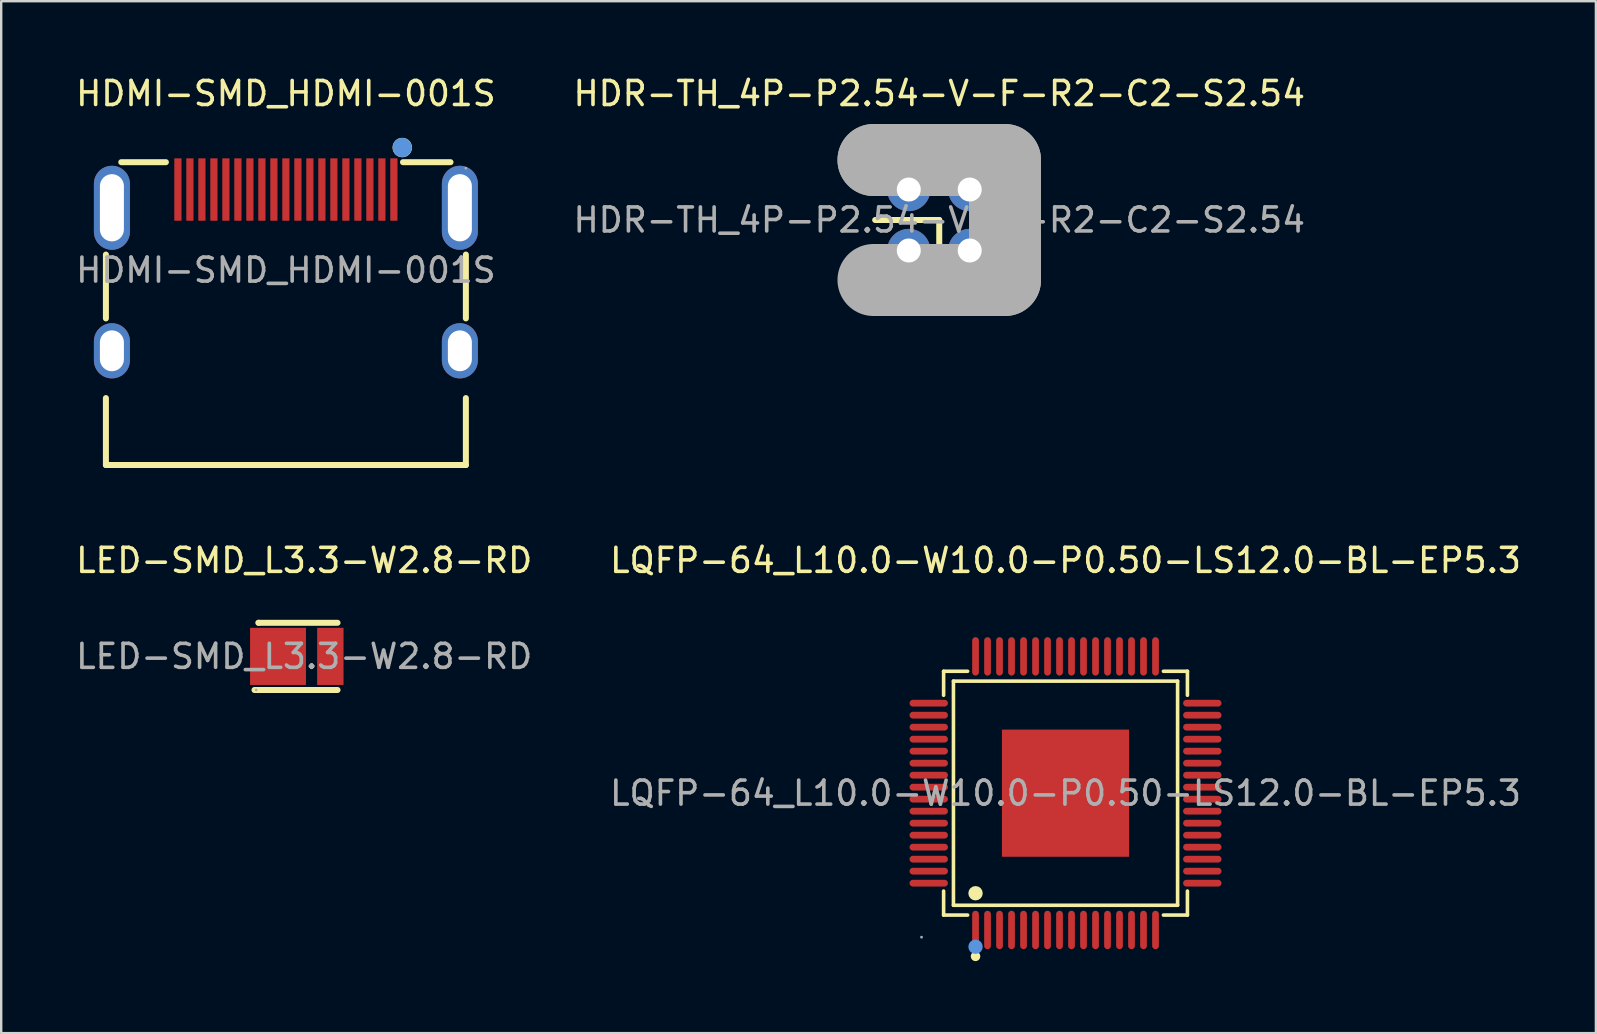
<source format=kicad_pcb>
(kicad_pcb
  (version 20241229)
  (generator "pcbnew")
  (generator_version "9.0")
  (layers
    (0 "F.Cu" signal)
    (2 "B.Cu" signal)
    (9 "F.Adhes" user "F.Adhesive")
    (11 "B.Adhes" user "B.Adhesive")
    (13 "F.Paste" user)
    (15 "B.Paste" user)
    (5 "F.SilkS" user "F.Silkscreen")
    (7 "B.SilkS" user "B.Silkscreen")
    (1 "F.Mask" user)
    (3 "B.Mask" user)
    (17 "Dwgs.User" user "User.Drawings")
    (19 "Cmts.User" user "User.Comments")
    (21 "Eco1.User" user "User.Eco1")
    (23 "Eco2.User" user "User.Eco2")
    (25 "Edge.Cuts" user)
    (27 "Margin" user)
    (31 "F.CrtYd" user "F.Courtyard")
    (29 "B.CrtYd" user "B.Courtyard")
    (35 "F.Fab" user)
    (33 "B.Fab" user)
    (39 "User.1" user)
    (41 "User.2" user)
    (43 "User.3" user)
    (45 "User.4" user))
  (footprint "LQFP-64_L10.0-W10.0-P0.50-LS12.0-BL-EP5.3"
    (layer "F.Cu")
    (at 41.351 30.002)
    (property "Reference" "LQFP-64_L10.0-W10.0-P0.50-LS12.0-BL-EP5.3" (at 0 -9.7 0) (layer "F.SilkS") (effects (font (size 1 1) (thickness 0.15))))
    (attr smd)
    (fp_line (start -5.08 -5.08) (end -4.08 -5.08) (stroke (width 0.15) (type solid)) (layer "F.SilkS"))
    (fp_line (start -5.08 -4.08) (end -5.08 -5.08) (stroke (width 0.15) (type solid)) (layer "F.SilkS"))
    (fp_line (start -5.08 4.08) (end -5.08 5.08) (stroke (width 0.15) (type solid)) (layer "F.SilkS"))
    (fp_line (start -5.08 5.08) (end -4.08 5.08) (stroke (width 0.15) (type solid)) (layer "F.SilkS"))
    (fp_line (start -4.67 -4.67) (end 4.67 -4.67) (stroke (width 0.15) (type solid)) (layer "F.SilkS"))
    (fp_line (start -4.67 4.67) (end -4.67 -4.67) (stroke (width 0.15) (type solid)) (layer "F.SilkS"))
    (fp_line (start 4.67 -4.67) (end 4.67 4.67) (stroke (width 0.15) (type solid)) (layer "F.SilkS"))
    (fp_line (start 4.67 4.67) (end -4.67 4.67) (stroke (width 0.15) (type solid)) (layer "F.SilkS"))
    (fp_line (start 5.08 -5.08) (end 4.08 -5.08) (stroke (width 0.15) (type solid)) (layer "F.SilkS"))
    (fp_line (start 5.08 -4.08) (end 5.08 -5.08) (stroke (width 0.15) (type solid)) (layer "F.SilkS"))
    (fp_line (start 5.08 4.08) (end 5.08 5.08) (stroke (width 0.15) (type solid)) (layer "F.SilkS"))
    (fp_line (start 5.08 5.08) (end 4.08 5.08) (stroke (width 0.15) (type solid)) (layer "F.SilkS"))
    (fp_circle (center -3.75 4.17) (end -3.6 4.17) (stroke (width 0.3) (type solid)) (fill no) (layer "F.SilkS"))
    (fp_circle (center -3.75 6.8) (end -3.65 6.8) (stroke (width 0.2) (type solid)) (fill no) (layer "F.SilkS"))
    (fp_circle (center -3.75 6.4) (end -3.6 6.4) (stroke (width 0.3) (type solid)) (fill no) (layer "Cmts.User"))
    (fp_circle (center -6 6) (end -5.97 6) (stroke (width 0.06) (type solid)) (fill no) (layer "F.Fab"))
    (fp_text user "${REFERENCE}" (at 0 0 0) (layer "F.Fab") (effects (font (size 1 1) (thickness 0.15))))
    (pad "1" smd oval (at -3.75 5.7) (size 0.28 1.6) (layers "F.Cu" "F.Mask" "F.Paste"))
    (pad "2" smd oval (at -3.25 5.7) (size 0.28 1.6) (layers "F.Cu" "F.Mask" "F.Paste"))
    (pad "3" smd oval (at -2.75 5.7) (size 0.28 1.6) (layers "F.Cu" "F.Mask" "F.Paste"))
    (pad "4" smd oval (at -2.25 5.7) (size 0.28 1.6) (layers "F.Cu" "F.Mask" "F.Paste"))
    (pad "5" smd oval (at -1.75 5.7) (size 0.28 1.6) (layers "F.Cu" "F.Mask" "F.Paste"))
    (pad "6" smd oval (at -1.25 5.7) (size 0.28 1.6) (layers "F.Cu" "F.Mask" "F.Paste"))
    (pad "7" smd oval (at -0.75 5.7) (size 0.28 1.6) (layers "F.Cu" "F.Mask" "F.Paste"))
    (pad "8" smd oval (at -0.25 5.7) (size 0.28 1.6) (layers "F.Cu" "F.Mask" "F.Paste"))
    (pad "9" smd oval (at 0.25 5.7) (size 0.28 1.6) (layers "F.Cu" "F.Mask" "F.Paste"))
    (pad "10" smd oval (at 0.75 5.7) (size 0.28 1.6) (layers "F.Cu" "F.Mask" "F.Paste"))
    (pad "11" smd oval (at 1.25 5.7) (size 0.28 1.6) (layers "F.Cu" "F.Mask" "F.Paste"))
    (pad "12" smd oval (at 1.75 5.7) (size 0.28 1.6) (layers "F.Cu" "F.Mask" "F.Paste"))
    (pad "13" smd oval (at 2.25 5.7) (size 0.28 1.6) (layers "F.Cu" "F.Mask" "F.Paste"))
    (pad "14" smd oval (at 2.75 5.7) (size 0.28 1.6) (layers "F.Cu" "F.Mask" "F.Paste"))
    (pad "15" smd oval (at 3.25 5.7) (size 0.28 1.6) (layers "F.Cu" "F.Mask" "F.Paste"))
    (pad "16" smd oval (at 3.75 5.7) (size 0.28 1.6) (layers "F.Cu" "F.Mask" "F.Paste"))
    (pad "17" smd oval (at 5.7 3.75) (size 1.6 0.28) (layers "F.Cu" "F.Mask" "F.Paste"))
    (pad "18" smd oval (at 5.7 3.25) (size 1.6 0.28) (layers "F.Cu" "F.Mask" "F.Paste"))
    (pad "19" smd oval (at 5.7 2.75) (size 1.6 0.28) (layers "F.Cu" "F.Mask" "F.Paste"))
    (pad "20" smd oval (at 5.7 2.25) (size 1.6 0.28) (layers "F.Cu" "F.Mask" "F.Paste"))
    (pad "21" smd oval (at 5.7 1.75) (size 1.6 0.28) (layers "F.Cu" "F.Mask" "F.Paste"))
    (pad "22" smd oval (at 5.7 1.25) (size 1.6 0.28) (layers "F.Cu" "F.Mask" "F.Paste"))
    (pad "23" smd oval (at 5.7 0.75) (size 1.6 0.28) (layers "F.Cu" "F.Mask" "F.Paste"))
    (pad "24" smd oval (at 5.7 0.25) (size 1.6 0.28) (layers "F.Cu" "F.Mask" "F.Paste"))
    (pad "25" smd oval (at 5.7 -0.25) (size 1.6 0.28) (layers "F.Cu" "F.Mask" "F.Paste"))
    (pad "26" smd oval (at 5.7 -0.75) (size 1.6 0.28) (layers "F.Cu" "F.Mask" "F.Paste"))
    (pad "27" smd oval (at 5.7 -1.25) (size 1.6 0.28) (layers "F.Cu" "F.Mask" "F.Paste"))
    (pad "28" smd oval (at 5.7 -1.75) (size 1.6 0.28) (layers "F.Cu" "F.Mask" "F.Paste"))
    (pad "29" smd oval (at 5.7 -2.25) (size 1.6 0.28) (layers "F.Cu" "F.Mask" "F.Paste"))
    (pad "30" smd oval (at 5.7 -2.75) (size 1.6 0.28) (layers "F.Cu" "F.Mask" "F.Paste"))
    (pad "31" smd oval (at 5.7 -3.25) (size 1.6 0.28) (layers "F.Cu" "F.Mask" "F.Paste"))
    (pad "32" smd oval (at 5.7 -3.75) (size 1.6 0.28) (layers "F.Cu" "F.Mask" "F.Paste"))
    (pad "33" smd oval (at 3.75 -5.7) (size 0.28 1.6) (layers "F.Cu" "F.Mask" "F.Paste"))
    (pad "34" smd oval (at 3.25 -5.7) (size 0.28 1.6) (layers "F.Cu" "F.Mask" "F.Paste"))
    (pad "35" smd oval (at 2.75 -5.7) (size 0.28 1.6) (layers "F.Cu" "F.Mask" "F.Paste"))
    (pad "36" smd oval (at 2.25 -5.7) (size 0.28 1.6) (layers "F.Cu" "F.Mask" "F.Paste"))
    (pad "37" smd oval (at 1.75 -5.7) (size 0.28 1.6) (layers "F.Cu" "F.Mask" "F.Paste"))
    (pad "38" smd oval (at 1.25 -5.7) (size 0.28 1.6) (layers "F.Cu" "F.Mask" "F.Paste"))
    (pad "39" smd oval (at 0.75 -5.7) (size 0.28 1.6) (layers "F.Cu" "F.Mask" "F.Paste"))
    (pad "40" smd oval (at 0.25 -5.7) (size 0.28 1.6) (layers "F.Cu" "F.Mask" "F.Paste"))
    (pad "41" smd oval (at -0.25 -5.7) (size 0.28 1.6) (layers "F.Cu" "F.Mask" "F.Paste"))
    (pad "42" smd oval (at -0.75 -5.7) (size 0.28 1.6) (layers "F.Cu" "F.Mask" "F.Paste"))
    (pad "43" smd oval (at -1.25 -5.7) (size 0.28 1.6) (layers "F.Cu" "F.Mask" "F.Paste"))
    (pad "44" smd oval (at -1.75 -5.7) (size 0.28 1.6) (layers "F.Cu" "F.Mask" "F.Paste"))
    (pad "45" smd oval (at -2.25 -5.7) (size 0.28 1.6) (layers "F.Cu" "F.Mask" "F.Paste"))
    (pad "46" smd oval (at -2.75 -5.7) (size 0.28 1.6) (layers "F.Cu" "F.Mask" "F.Paste"))
    (pad "47" smd oval (at -3.25 -5.7) (size 0.28 1.6) (layers "F.Cu" "F.Mask" "F.Paste"))
    (pad "48" smd oval (at -3.75 -5.7) (size 0.28 1.6) (layers "F.Cu" "F.Mask" "F.Paste"))
    (pad "49" smd oval (at -5.7 -3.75) (size 1.6 0.28) (layers "F.Cu" "F.Mask" "F.Paste"))
    (pad "50" smd oval (at -5.7 -3.25) (size 1.6 0.28) (layers "F.Cu" "F.Mask" "F.Paste"))
    (pad "51" smd oval (at -5.7 -2.75) (size 1.6 0.28) (layers "F.Cu" "F.Mask" "F.Paste"))
    (pad "52" smd oval (at -5.7 -2.25) (size 1.6 0.28) (layers "F.Cu" "F.Mask" "F.Paste"))
    (pad "53" smd oval (at -5.7 -1.75) (size 1.6 0.28) (layers "F.Cu" "F.Mask" "F.Paste"))
    (pad "54" smd oval (at -5.7 -1.25) (size 1.6 0.28) (layers "F.Cu" "F.Mask" "F.Paste"))
    (pad "55" smd oval (at -5.7 -0.75) (size 1.6 0.28) (layers "F.Cu" "F.Mask" "F.Paste"))
    (pad "56" smd oval (at -5.7 -0.25) (size 1.6 0.28) (layers "F.Cu" "F.Mask" "F.Paste"))
    (pad "57" smd oval (at -5.7 0.25) (size 1.6 0.28) (layers "F.Cu" "F.Mask" "F.Paste"))
    (pad "58" smd oval (at -5.7 0.75) (size 1.6 0.28) (layers "F.Cu" "F.Mask" "F.Paste"))
    (pad "59" smd oval (at -5.7 1.25) (size 1.6 0.28) (layers "F.Cu" "F.Mask" "F.Paste"))
    (pad "60" smd oval (at -5.7 1.75) (size 1.6 0.28) (layers "F.Cu" "F.Mask" "F.Paste"))
    (pad "61" smd oval (at -5.7 2.25) (size 1.6 0.28) (layers "F.Cu" "F.Mask" "F.Paste"))
    (pad "62" smd oval (at -5.7 2.75) (size 1.6 0.28) (layers "F.Cu" "F.Mask" "F.Paste"))
    (pad "63" smd oval (at -5.7 3.25) (size 1.6 0.28) (layers "F.Cu" "F.Mask" "F.Paste"))
    (pad "64" smd oval (at -5.7 3.75) (size 1.6 0.28) (layers "F.Cu" "F.Mask" "F.Paste"))
    (pad "65" smd rect (at 0 0) (size 5.3 5.3) (layers "F.Cu" "F.Mask" "F.Paste")))
  (footprint "HDMI-SMD_HDMI-001S"
    (layer "F.Cu")
    (at 8.863 8.208)
    (property "Reference" "HDMI-SMD_HDMI-001S" (at 0 -7.36 0) (layer "F.SilkS") (effects (font (size 1 1) (thickness 0.15))))
    (attr smd)
    (fp_line (start -7.5 -0.65) (end -7.5 2.01) (stroke (width 0.25) (type solid)) (layer "F.SilkS"))
    (fp_line (start -7.5 5.33) (end -7.5 8.12) (stroke (width 0.25) (type solid)) (layer "F.SilkS"))
    (fp_line (start -7.5 8.12) (end 7.5 8.12) (stroke (width 0.25) (type solid)) (layer "F.SilkS"))
    (fp_line (start -5 -4.5) (end -6.86 -4.5) (stroke (width 0.25) (type solid)) (layer "F.SilkS"))
    (fp_line (start 6.86 -4.5) (end 4.88 -4.5) (stroke (width 0.25) (type solid)) (layer "F.SilkS"))
    (fp_line (start 7.5 2.01) (end 7.5 -0.65) (stroke (width 0.25) (type solid)) (layer "F.SilkS"))
    (fp_line (start 7.5 8.12) (end 7.5 5.33) (stroke (width 0.25) (type solid)) (layer "F.SilkS"))
    (fp_circle (center 4.85 -5.11) (end 5.13 -5.11) (stroke (width 0.25) (type solid)) (fill no) (layer "F.SilkS"))
    (fp_circle (center 4.85 -5.11) (end 5.05 -5.11) (stroke (width 0.4) (type solid)) (fill no) (layer "Cmts.User"))
    (fp_circle (center 7.5 -4.25) (end 7.53 -4.25) (stroke (width 0.06) (type solid)) (fill no) (layer "F.Fab"))
    (fp_text user "${REFERENCE}" (at 0 0 0) (layer "F.Fab") (effects (font (size 1 1) (thickness 0.15))))
    (pad "1" smd rect (at 4.5 -3.36) (size 0.3 2.6) (layers "F.Cu" "F.Mask" "F.Paste"))
    (pad "2" smd rect (at 4 -3.36) (size 0.3 2.6) (layers "F.Cu" "F.Mask" "F.Paste"))
    (pad "3" smd rect (at 3.5 -3.36) (size 0.3 2.6) (layers "F.Cu" "F.Mask" "F.Paste"))
    (pad "4" smd rect (at 3 -3.36) (size 0.3 2.6) (layers "F.Cu" "F.Mask" "F.Paste"))
    (pad "5" smd rect (at 2.5 -3.36) (size 0.3 2.6) (layers "F.Cu" "F.Mask" "F.Paste"))
    (pad "6" smd rect (at 2 -3.36) (size 0.3 2.6) (layers "F.Cu" "F.Mask" "F.Paste"))
    (pad "7" smd rect (at 1.5 -3.36) (size 0.3 2.6) (layers "F.Cu" "F.Mask" "F.Paste"))
    (pad "8" smd rect (at 1 -3.36) (size 0.3 2.6) (layers "F.Cu" "F.Mask" "F.Paste"))
    (pad "9" smd rect (at 0.5 -3.36) (size 0.3 2.6) (layers "F.Cu" "F.Mask" "F.Paste"))
    (pad "10" smd rect (at 0 -3.36) (size 0.3 2.6) (layers "F.Cu" "F.Mask" "F.Paste"))
    (pad "11" smd rect (at -0.5 -3.36) (size 0.3 2.6) (layers "F.Cu" "F.Mask" "F.Paste"))
    (pad "12" smd rect (at -1 -3.36) (size 0.3 2.6) (layers "F.Cu" "F.Mask" "F.Paste"))
    (pad "13" smd rect (at -1.5 -3.36) (size 0.3 2.6) (layers "F.Cu" "F.Mask" "F.Paste"))
    (pad "14" smd rect (at -2 -3.36) (size 0.3 2.6) (layers "F.Cu" "F.Mask" "F.Paste"))
    (pad "15" smd rect (at -2.5 -3.36) (size 0.3 2.6) (layers "F.Cu" "F.Mask" "F.Paste"))
    (pad "16" smd rect (at -3 -3.36) (size 0.3 2.6) (layers "F.Cu" "F.Mask" "F.Paste"))
    (pad "17" smd rect (at -3.5 -3.36) (size 0.3 2.6) (layers "F.Cu" "F.Mask" "F.Paste"))
    (pad "18" smd rect (at -4 -3.36) (size 0.3 2.6) (layers "F.Cu" "F.Mask" "F.Paste"))
    (pad "19" smd rect (at -4.5 -3.36) (size 0.3 2.6) (layers "F.Cu" "F.Mask" "F.Paste"))
    (pad "20" thru_hole oval (at -7.25 -2.6) (size 1.5 3.5) (drill oval 1 2.8) (layers "*.Cu" "*.Mask"))
    (pad "21" thru_hole oval (at 7.25 -2.6) (size 1.5 3.5) (drill oval 1 2.8) (layers "*.Cu" "*.Mask"))
    (pad "22" thru_hole oval (at -7.25 3.36) (size 1.5 2.3) (drill oval 1 1.7) (layers "*.Cu" "*.Mask"))
    (pad "23" thru_hole oval (at 7.25 3.36) (size 1.5 2.3) (drill oval 1 1.7) (layers "*.Cu" "*.Mask")))
  (footprint "HDR-TH_4P-P2.54-V-F-R2-C2-S2.54"
    (layer "F.Cu")
    (at 36.089 6.118)
    (property "Reference" "HDR-TH_4P-P2.54-V-F-R2-C2-S2.54" (at 0 -5.27 0) (layer "F.SilkS") (effects (font (size 1 1) (thickness 0.15))))
    (attr through_hole)
    (fp_line (start -2.67 0) (end 0 0) (stroke (width 0.25) (type solid)) (layer "F.SilkS"))
    (fp_line (start 0 0) (end 0 2.41) (stroke (width 0.25) (type solid)) (layer "F.SilkS"))
    (fp_line (start -2.74 -2.5) (end -2.74 -2.5) (stroke (width 3) (type solid)) (layer "F.Fab"))
    (fp_line (start -2.74 -2.5) (end 2.74 -2.5) (stroke (width 3) (type solid)) (layer "F.Fab"))
    (fp_line (start 2.74 -2.5) (end 2.74 2.5) (stroke (width 3) (type solid)) (layer "F.Fab"))
    (fp_line (start 2.74 2.5) (end -2.74 2.5) (stroke (width 3) (type solid)) (layer "F.Fab"))
    (fp_circle (center -2.74 2.5) (end -2.71 2.5) (stroke (width 0.06) (type solid)) (fill no) (layer "F.Fab"))
    (fp_text user "${REFERENCE}" (at 0 0 0) (layer "F.Fab") (effects (font (size 1 1) (thickness 0.15))))
    (pad "1" thru_hole circle (at -1.27 1.27) (size 1.8 1.8) (drill 1) (layers "*.Cu" "*.Mask"))
    (pad "2" thru_hole circle (at -1.27 -1.27) (size 1.8 1.8) (drill 1) (layers "*.Cu" "*.Mask"))
    (pad "3" thru_hole circle (at 1.27 1.27) (size 1.8 1.8) (drill 1) (layers "*.Cu" "*.Mask"))
    (pad "4" thru_hole circle (at 1.27 -1.27) (size 1.8 1.8) (drill 1) (layers "*.Cu" "*.Mask")))
  (footprint "LED-SMD_L3.3-W2.8-RD"
    (layer "F.Cu")
    (at 9.625 24.302)
    (property "Reference" "LED-SMD_L3.3-W2.8-RD" (at 0 -4 0) (layer "F.SilkS") (effects (font (size 1 1) (thickness 0.15))))
    (attr smd)
    (fp_line (start -1.91 -1.4) (end -1.89 -1.4) (stroke (width 0.25) (type solid)) (layer "F.SilkS"))
    (fp_line (start -1.91 1.4) (end -2.07 1.4) (stroke (width 0.25) (type solid)) (layer "F.SilkS"))
    (fp_line (start -1.89 -1.4) (end 1.39 -1.4) (stroke (width 0.25) (type solid)) (layer "F.SilkS"))
    (fp_line (start 1.39 1.4) (end -1.91 1.4) (stroke (width 0.25) (type solid)) (layer "F.SilkS"))
    (fp_circle (center -2 1.4) (end -1.97 1.4) (stroke (width 0.06) (type solid)) (fill no) (layer "F.Fab"))
    (fp_text user "${REFERENCE}" (at 0 0 0) (layer "F.Fab") (effects (font (size 1 1) (thickness 0.15))))
    (pad "1" smd rect (at -1.09 0 180) (size 2.33 2.38) (layers "F.Cu" "F.Mask" "F.Paste"))
    (pad "2" smd rect (at 1.09 0 180) (size 1.1 2.38) (layers "F.Cu" "F.Mask" "F.Paste")))
  (gr_rect
    (start -3 -3)
    (end 63.452 40.002)
    (stroke (width 0.1) (type default))
    (fill no)
    (layer "Edge.Cuts")))
</source>
